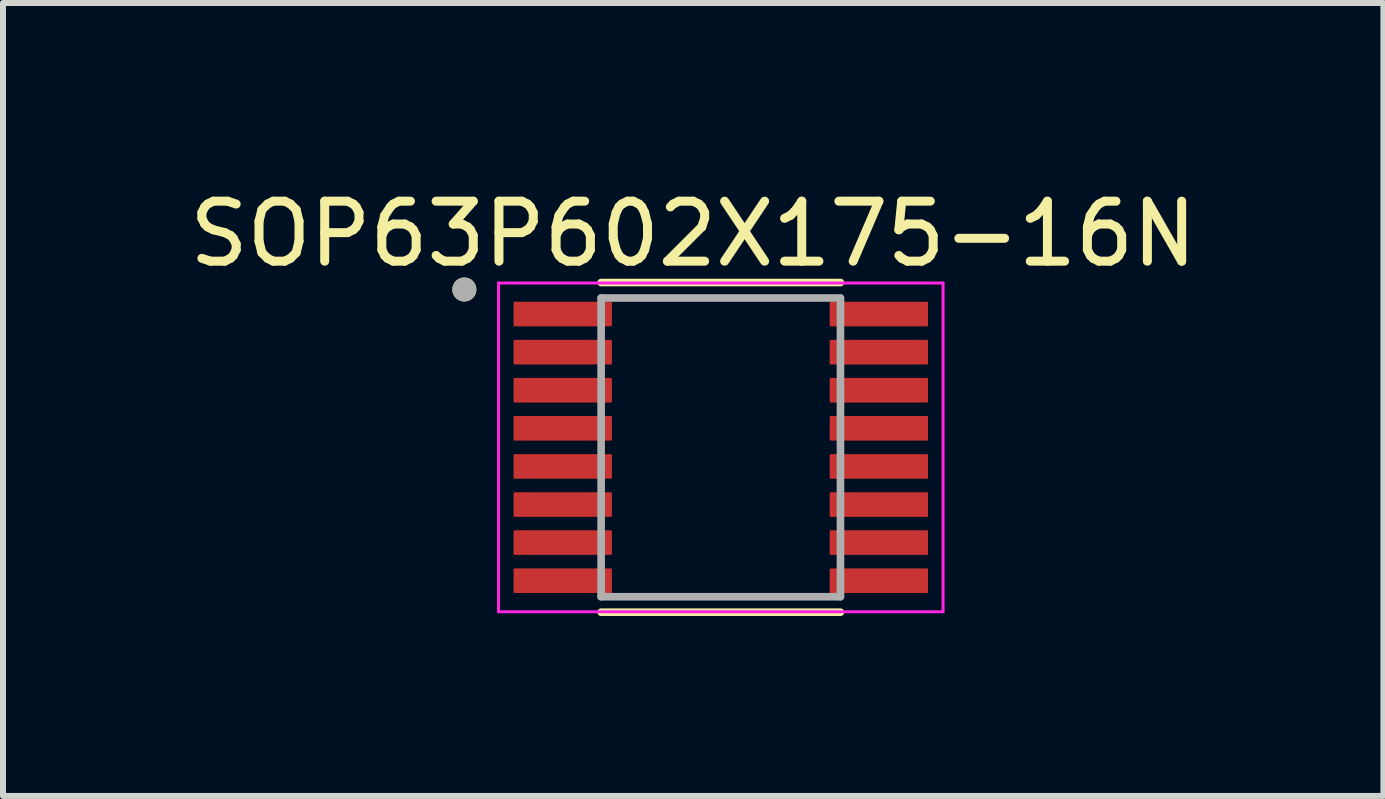
<source format=kicad_pcb>
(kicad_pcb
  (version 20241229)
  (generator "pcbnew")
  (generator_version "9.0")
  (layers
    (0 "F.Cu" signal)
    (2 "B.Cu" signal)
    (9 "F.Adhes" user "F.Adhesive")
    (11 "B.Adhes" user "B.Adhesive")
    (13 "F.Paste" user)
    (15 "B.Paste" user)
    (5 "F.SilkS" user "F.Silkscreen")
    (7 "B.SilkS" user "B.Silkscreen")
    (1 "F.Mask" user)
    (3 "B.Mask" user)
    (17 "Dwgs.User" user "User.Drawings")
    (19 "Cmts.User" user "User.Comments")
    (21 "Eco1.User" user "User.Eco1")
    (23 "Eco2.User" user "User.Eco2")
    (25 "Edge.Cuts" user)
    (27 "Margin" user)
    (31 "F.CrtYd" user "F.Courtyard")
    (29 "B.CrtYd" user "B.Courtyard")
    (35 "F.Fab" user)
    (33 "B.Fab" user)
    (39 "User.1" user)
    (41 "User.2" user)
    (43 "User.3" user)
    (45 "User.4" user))
  (footprint "SOP63P602X175-16N"
    (layer "F.Cu")
    (at 8.966 4.408)
    (property "Reference" "SOP63P602X175-16N" (at -0.46 -3.559 0) (layer "F.SilkS") (effects (font (size 1 1) (thickness 0.15))))
    (attr through_hole)
    (fp_line (start -1.995 -2.748) (end 1.995 -2.748) (stroke (width 0.127) (type solid)) (layer "F.SilkS"))
    (fp_line (start -1.995 2.748) (end 1.995 2.748) (stroke (width 0.127) (type solid)) (layer "F.SilkS"))
    (fp_circle (center -4.275 -2.632) (end -4.175 -2.632) (stroke (width 0.2) (type solid)) (fill no) (layer "F.SilkS"))
    (fp_line (start -3.705 -2.74) (end -3.705 2.74) (stroke (width 0.05) (type solid)) (layer "F.CrtYd"))
    (fp_line (start -3.705 -2.74) (end 3.705 -2.74) (stroke (width 0.05) (type solid)) (layer "F.CrtYd"))
    (fp_line (start -3.705 2.74) (end 3.705 2.74) (stroke (width 0.05) (type solid)) (layer "F.CrtYd"))
    (fp_line (start 3.705 -2.74) (end 3.705 2.74) (stroke (width 0.05) (type solid)) (layer "F.CrtYd"))
    (fp_line (start -1.995 -2.49) (end -1.995 2.49) (stroke (width 0.127) (type solid)) (layer "F.Fab"))
    (fp_line (start -1.995 -2.49) (end 1.995 -2.49) (stroke (width 0.127) (type solid)) (layer "F.Fab"))
    (fp_line (start -1.995 2.49) (end 1.995 2.49) (stroke (width 0.127) (type solid)) (layer "F.Fab"))
    (fp_line (start 1.995 -2.49) (end 1.995 2.49) (stroke (width 0.127) (type solid)) (layer "F.Fab"))
    (fp_circle (center -4.275 -2.632) (end -4.175 -2.632) (stroke (width 0.2) (type solid)) (fill no) (layer "F.Fab"))
    (pad "1" smd roundrect (at -2.635 -2.223) (size 1.64 0.41) (layers "F.Cu" "F.Mask" "F.Paste") (roundrect_rratio 0.05))
    (pad "2" smd roundrect (at -2.635 -1.587) (size 1.64 0.41) (layers "F.Cu" "F.Mask" "F.Paste") (roundrect_rratio 0.05))
    (pad "3" smd roundrect (at -2.635 -0.953) (size 1.64 0.41) (layers "F.Cu" "F.Mask" "F.Paste") (roundrect_rratio 0.05))
    (pad "4" smd roundrect (at -2.635 -0.318) (size 1.64 0.41) (layers "F.Cu" "F.Mask" "F.Paste") (roundrect_rratio 0.05))
    (pad "5" smd roundrect (at -2.635 0.318) (size 1.64 0.41) (layers "F.Cu" "F.Mask" "F.Paste") (roundrect_rratio 0.05))
    (pad "6" smd roundrect (at -2.635 0.953) (size 1.64 0.41) (layers "F.Cu" "F.Mask" "F.Paste") (roundrect_rratio 0.05))
    (pad "7" smd roundrect (at -2.635 1.587) (size 1.64 0.41) (layers "F.Cu" "F.Mask" "F.Paste") (roundrect_rratio 0.05))
    (pad "8" smd roundrect (at -2.635 2.223) (size 1.64 0.41) (layers "F.Cu" "F.Mask" "F.Paste") (roundrect_rratio 0.05))
    (pad "9" smd roundrect (at 2.635 2.223) (size 1.64 0.41) (layers "F.Cu" "F.Mask" "F.Paste") (roundrect_rratio 0.05))
    (pad "10" smd roundrect (at 2.635 1.587) (size 1.64 0.41) (layers "F.Cu" "F.Mask" "F.Paste") (roundrect_rratio 0.05))
    (pad "11" smd roundrect (at 2.635 0.953) (size 1.64 0.41) (layers "F.Cu" "F.Mask" "F.Paste") (roundrect_rratio 0.05))
    (pad "12" smd roundrect (at 2.635 0.318) (size 1.64 0.41) (layers "F.Cu" "F.Mask" "F.Paste") (roundrect_rratio 0.05))
    (pad "13" smd roundrect (at 2.635 -0.318) (size 1.64 0.41) (layers "F.Cu" "F.Mask" "F.Paste") (roundrect_rratio 0.05))
    (pad "14" smd roundrect (at 2.635 -0.953) (size 1.64 0.41) (layers "F.Cu" "F.Mask" "F.Paste") (roundrect_rratio 0.05))
    (pad "15" smd roundrect (at 2.635 -1.587) (size 1.64 0.41) (layers "F.Cu" "F.Mask" "F.Paste") (roundrect_rratio 0.05))
    (pad "16" smd roundrect (at 2.635 -2.223) (size 1.64 0.41) (layers "F.Cu" "F.Mask" "F.Paste") (roundrect_rratio 0.05)))
  (gr_rect
    (start -3 -3)
    (end 20.012 10.219)
    (stroke (width 0.1) (type default))
    (fill no)
    (layer "Edge.Cuts")))
</source>
